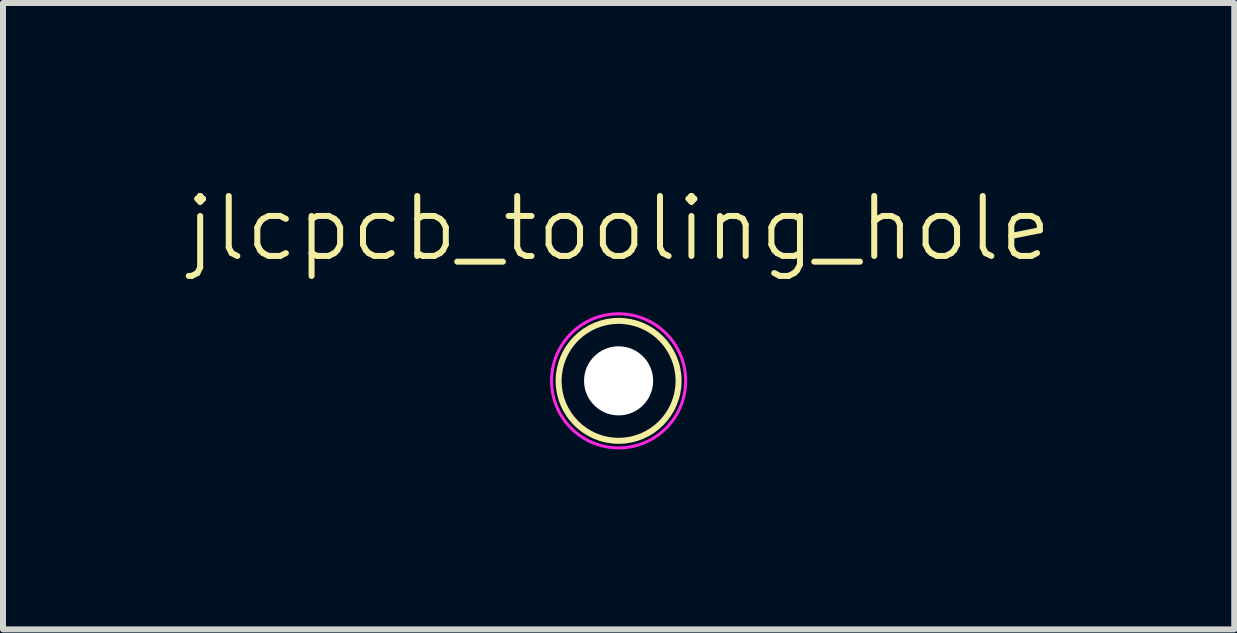
<source format=kicad_pcb>
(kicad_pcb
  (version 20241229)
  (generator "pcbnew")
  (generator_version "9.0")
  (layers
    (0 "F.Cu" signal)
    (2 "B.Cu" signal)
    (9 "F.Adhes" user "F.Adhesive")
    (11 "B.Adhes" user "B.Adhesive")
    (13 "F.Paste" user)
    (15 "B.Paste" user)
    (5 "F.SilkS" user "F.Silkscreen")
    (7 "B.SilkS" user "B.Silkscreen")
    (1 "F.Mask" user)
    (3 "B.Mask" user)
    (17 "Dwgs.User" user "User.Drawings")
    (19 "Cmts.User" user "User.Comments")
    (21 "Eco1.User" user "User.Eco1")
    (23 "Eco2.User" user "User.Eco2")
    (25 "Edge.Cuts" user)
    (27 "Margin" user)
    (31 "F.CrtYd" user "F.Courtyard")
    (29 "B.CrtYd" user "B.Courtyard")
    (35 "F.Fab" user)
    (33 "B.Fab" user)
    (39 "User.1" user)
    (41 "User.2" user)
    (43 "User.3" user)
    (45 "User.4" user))
  (footprint "jlcpcb_tooling_hole"
    (layer "F.Cu")
    (at 7.264 3.3)
    (property "Reference" "jlcpcb_tooling_hole" (at 0 -2.54 0) (unlocked yes) (layer "F.SilkS") (effects (font (size 1 1) (thickness 0.1))))
    (attr through_hole)
    (fp_circle (center 0 0) (end 1 0) (stroke (width 0.1) (type default)) (fill no) (layer "F.SilkS"))
    (fp_circle (center 0 0) (end 1 -0.5) (stroke (width 0.05) (type default)) (fill no) (layer "F.CrtYd"))
    (pad "" np_thru_hole circle (at 0 0) (size 1.152 1.152) (drill 1.152) (layers "*.Cu" "*.Mask")))
  (gr_rect
    (start -3 -3)
    (end 17.529 7.444)
    (stroke (width 0.1) (type default))
    (fill no)
    (layer "Edge.Cuts")))
</source>
